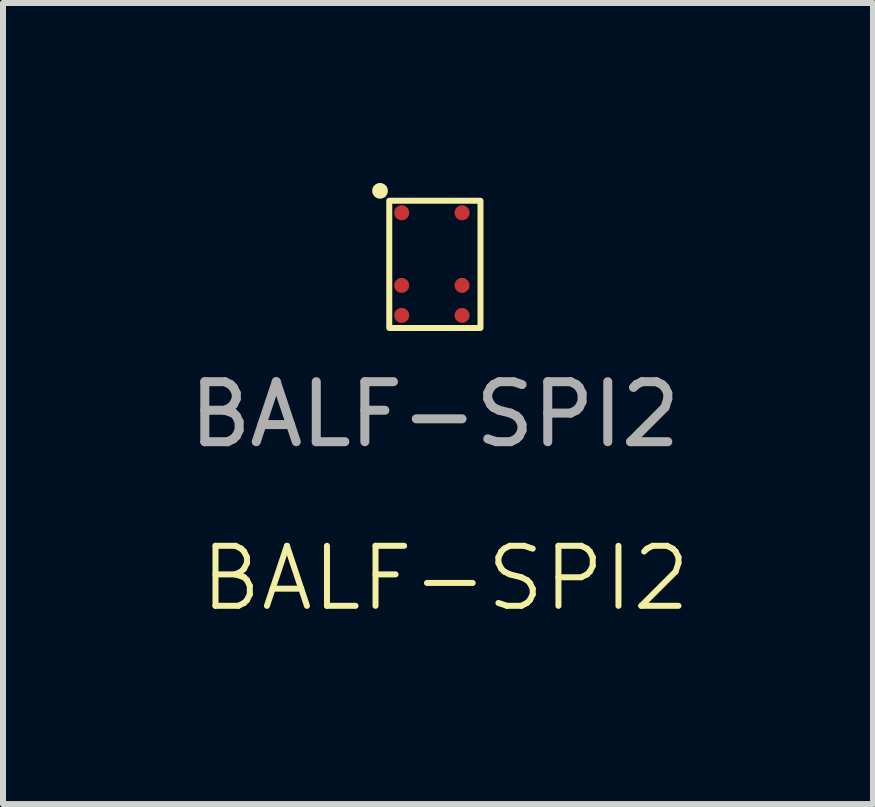
<source format=kicad_pcb>
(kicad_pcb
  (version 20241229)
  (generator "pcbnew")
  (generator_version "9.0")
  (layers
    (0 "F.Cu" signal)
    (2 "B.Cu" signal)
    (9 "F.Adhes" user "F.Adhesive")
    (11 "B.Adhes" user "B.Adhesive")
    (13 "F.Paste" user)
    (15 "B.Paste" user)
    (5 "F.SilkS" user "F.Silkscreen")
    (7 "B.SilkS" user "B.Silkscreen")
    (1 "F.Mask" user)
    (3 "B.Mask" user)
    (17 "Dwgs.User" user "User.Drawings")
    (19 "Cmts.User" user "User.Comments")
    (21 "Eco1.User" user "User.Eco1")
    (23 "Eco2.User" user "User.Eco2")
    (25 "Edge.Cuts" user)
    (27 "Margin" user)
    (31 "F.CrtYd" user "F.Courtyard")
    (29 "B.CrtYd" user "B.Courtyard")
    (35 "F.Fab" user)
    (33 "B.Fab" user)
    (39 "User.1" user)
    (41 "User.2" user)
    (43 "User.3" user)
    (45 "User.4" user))
  (footprint "BALF-SPI2"
    (layer "F.Cu")
    (at 4.196 1.355)
    (property "Reference" "BALF-SPI2" (at 0.178 5.232 0) (unlocked yes) (layer "F.SilkS") (effects (font (size 1 1) (thickness 0.1))))
    (attr smd)
    (fp_rect (start 0.76 -1.06) (end -0.76 1.06) (stroke (width 0.1) (type default)) (fill no) (layer "F.SilkS"))
    (fp_circle (center -0.914 -1.225) (end -0.914 -1.144) (stroke (width 0.1) (type solid)) (fill yes) (layer "F.SilkS"))
    (fp_text user "${REFERENCE}" (at 0 2.5 0) (unlocked yes) (layer "F.Fab") (effects (font (size 1 1) (thickness 0.15))))
    (pad "1" smd circle (at -0.553 -0.86 90) (size 0.25 0.25) (layers "F.Cu" "F.Mask" "F.Paste"))
    (pad "2" smd circle (at -0.553 0.35 90) (size 0.25 0.25) (layers "F.Cu" "F.Mask" "F.Paste"))
    (pad "3" smd circle (at -0.553 0.85 90) (size 0.25 0.25) (layers "F.Cu" "F.Mask" "F.Paste"))
    (pad "4" smd circle (at 0.453 0.85 90) (size 0.25 0.25) (layers "F.Cu" "F.Mask" "F.Paste"))
    (pad "5" smd circle (at 0.453 0.35 90) (size 0.25 0.25) (layers "F.Cu" "F.Mask" "F.Paste"))
    (pad "6" smd circle (at 0.453 -0.86 90) (size 0.25 0.25) (layers "F.Cu" "F.Mask" "F.Paste")))
  (gr_rect
    (start -3 -3)
    (end 11.496 10.348)
    (stroke (width 0.1) (type default))
    (fill no)
    (layer "Edge.Cuts")))
</source>
